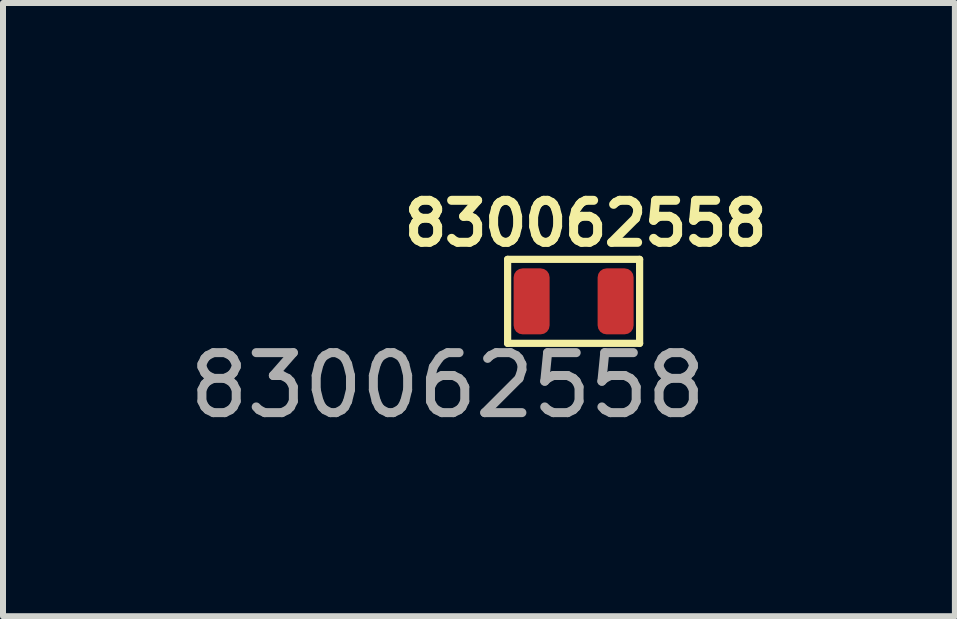
<source format=kicad_pcb>
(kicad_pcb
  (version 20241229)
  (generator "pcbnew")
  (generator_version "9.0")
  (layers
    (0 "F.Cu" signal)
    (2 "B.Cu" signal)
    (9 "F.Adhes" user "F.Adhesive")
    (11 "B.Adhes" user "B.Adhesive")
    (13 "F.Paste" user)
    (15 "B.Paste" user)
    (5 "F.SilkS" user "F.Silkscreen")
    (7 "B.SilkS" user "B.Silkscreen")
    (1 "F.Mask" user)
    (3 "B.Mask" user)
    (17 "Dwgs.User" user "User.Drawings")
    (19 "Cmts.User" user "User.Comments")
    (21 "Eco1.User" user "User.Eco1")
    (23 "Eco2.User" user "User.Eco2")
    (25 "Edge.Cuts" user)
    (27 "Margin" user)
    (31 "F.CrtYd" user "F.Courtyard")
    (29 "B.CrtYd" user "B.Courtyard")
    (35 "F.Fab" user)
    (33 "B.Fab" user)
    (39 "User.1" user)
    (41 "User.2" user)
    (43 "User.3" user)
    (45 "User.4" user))
  (footprint "830062558"
    (layer "F.Cu")
    (at 5.811 1.973)
    (property "Reference" "830062558" (at 0.9 -1.3 0) (unlocked yes) (layer "F.SilkS") (effects (font (size 0.7 0.7) (thickness 0.15))))
    (attr smd)
    (fp_line (start -0.4 -0.7) (end -0.4 0.7) (stroke (width 0.12) (type solid)) (layer "F.SilkS"))
    (fp_line (start -0.4 0.7) (end 1.8 0.7) (stroke (width 0.12) (type solid)) (layer "F.SilkS"))
    (fp_line (start 1.8 -0.7) (end -0.4 -0.7) (stroke (width 0.12) (type solid)) (layer "F.SilkS"))
    (fp_line (start 1.8 0.7) (end 1.8 -0.7) (stroke (width 0.12) (type solid)) (layer "F.SilkS"))
    (fp_text user "${REFERENCE}" (at -1.4 1.4 0) (unlocked yes) (layer "F.Fab") (effects (font (size 1 1) (thickness 0.15))))
    (pad "1" smd roundrect (at 0 0 180) (size 0.6 1.1) (layers "F.Cu" "F.Mask" "F.Paste") (roundrect_rratio 0.25))
    (pad "2" smd roundrect (at 1.4 0 180) (size 0.6 1.1) (layers "F.Cu" "F.Mask" "F.Paste") (roundrect_rratio 0.25)))
  (gr_rect
    (start -3 -3)
    (end 12.866 7.221)
    (stroke (width 0.1) (type default))
    (fill no)
    (layer "Edge.Cuts")))
</source>
